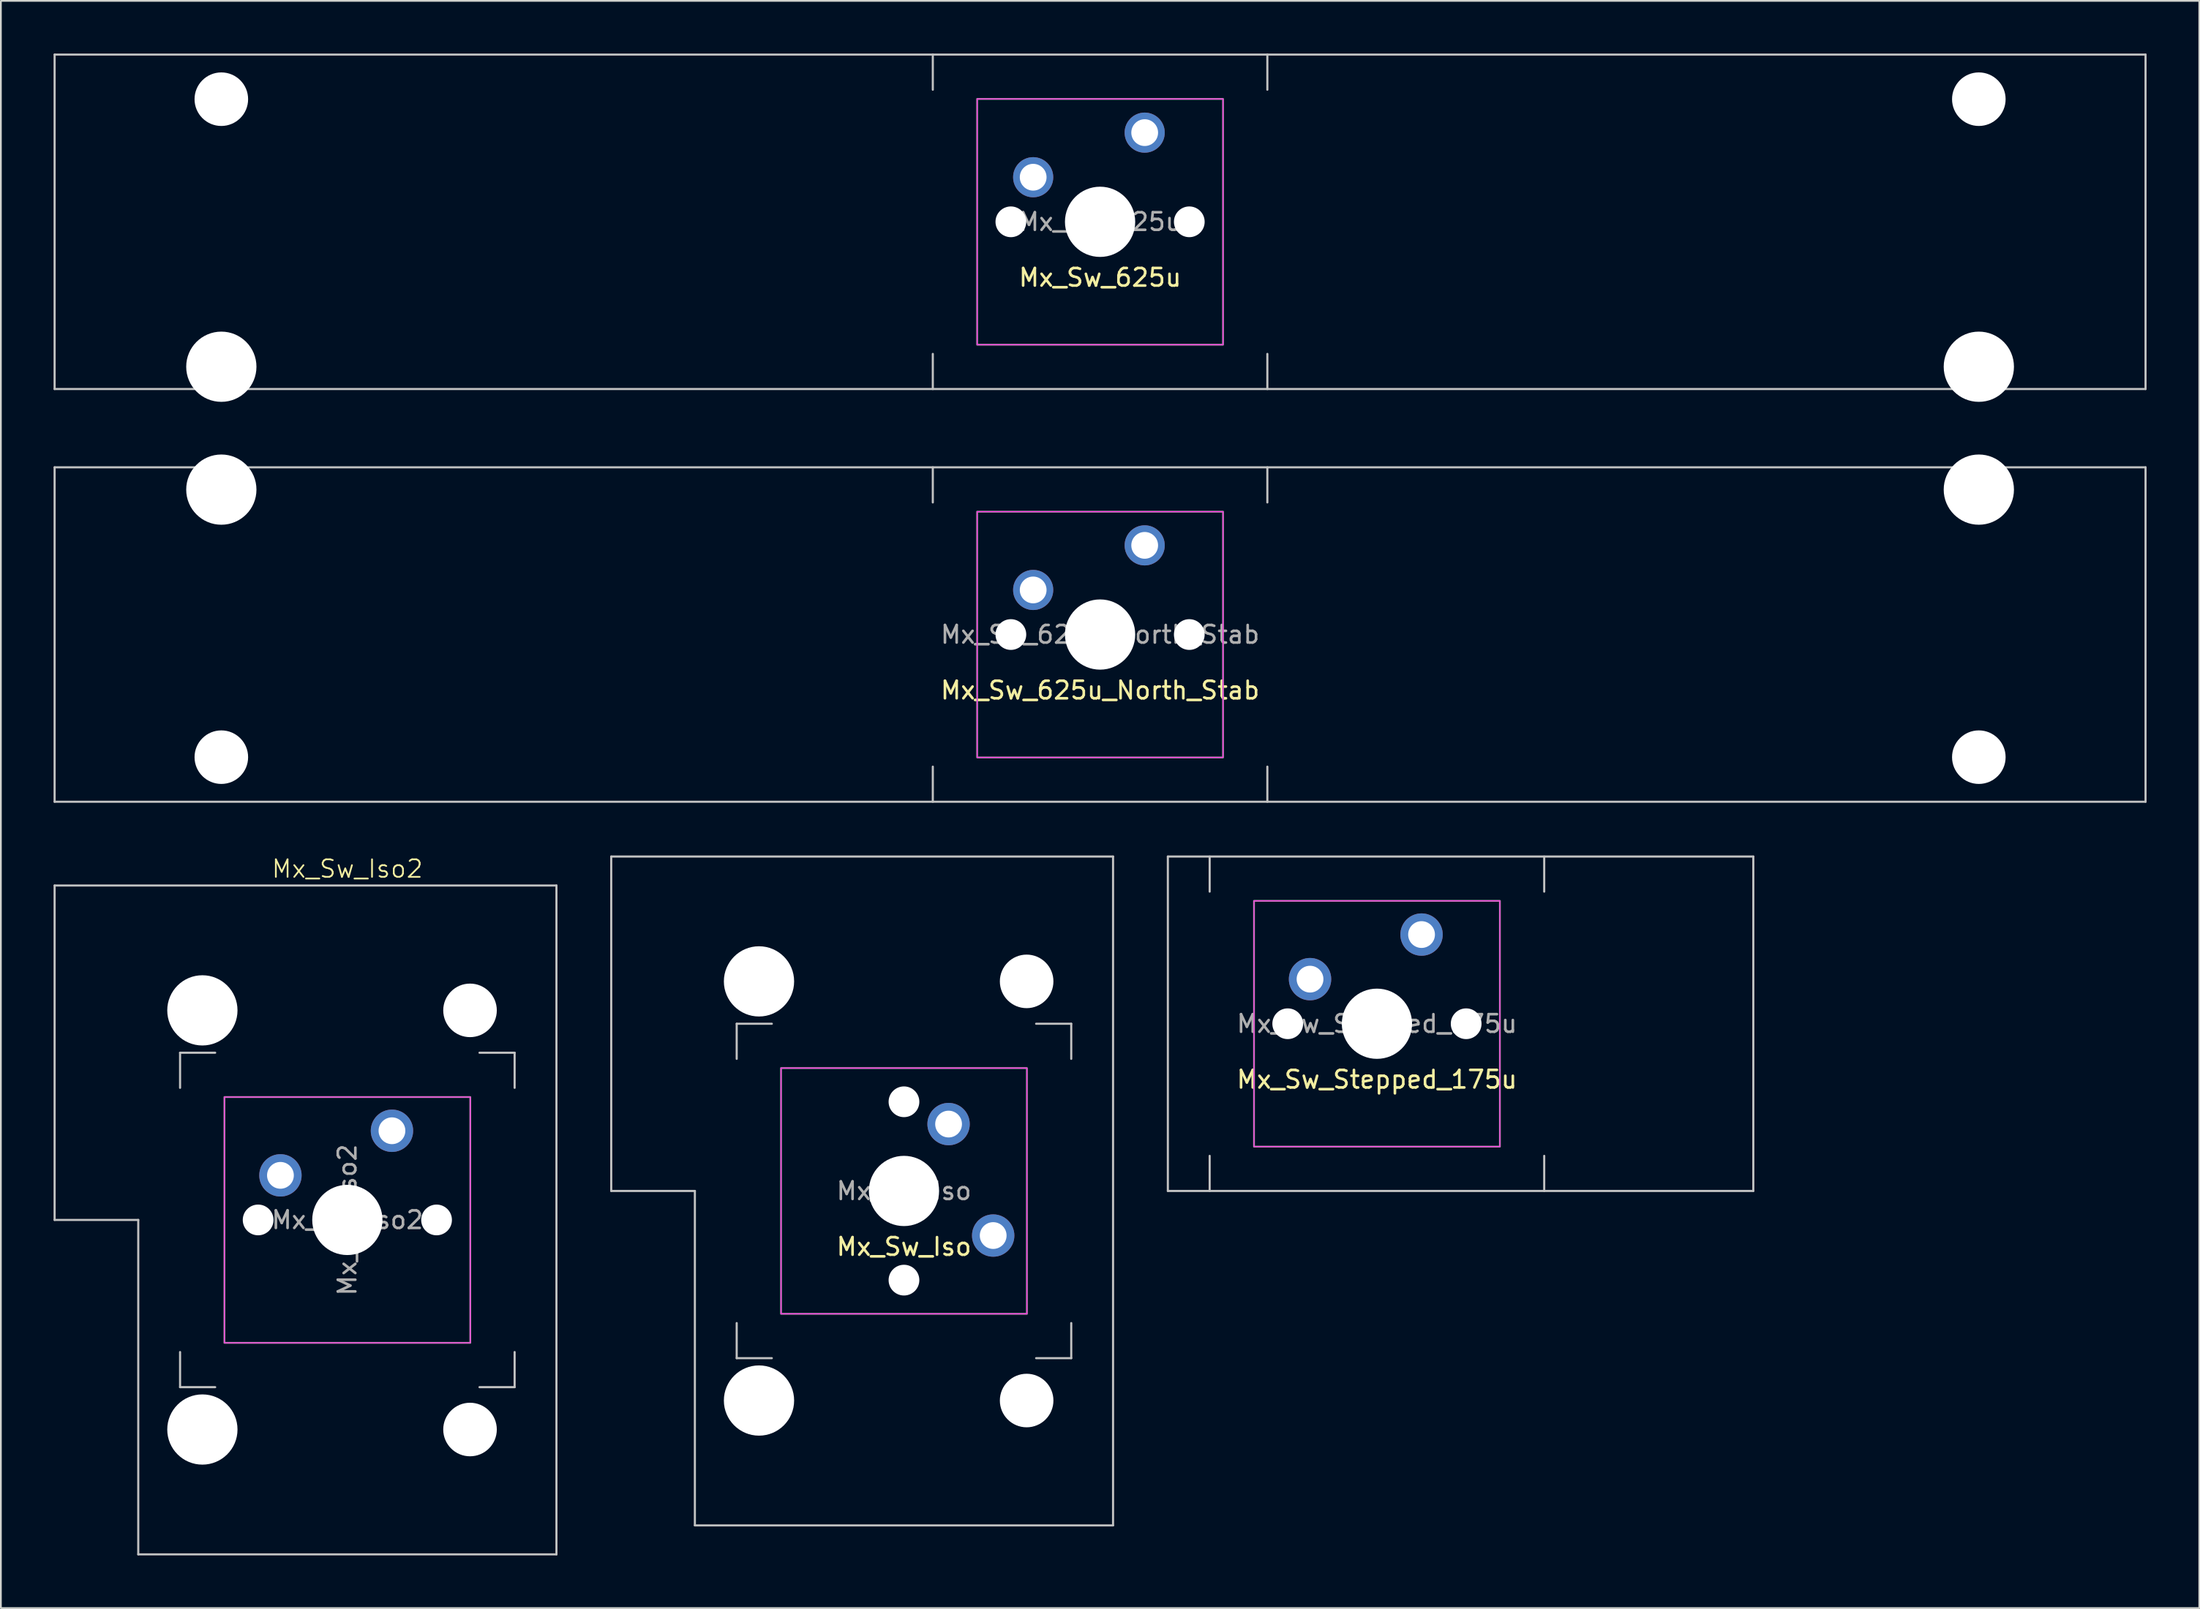
<source format=kicad_pcb>
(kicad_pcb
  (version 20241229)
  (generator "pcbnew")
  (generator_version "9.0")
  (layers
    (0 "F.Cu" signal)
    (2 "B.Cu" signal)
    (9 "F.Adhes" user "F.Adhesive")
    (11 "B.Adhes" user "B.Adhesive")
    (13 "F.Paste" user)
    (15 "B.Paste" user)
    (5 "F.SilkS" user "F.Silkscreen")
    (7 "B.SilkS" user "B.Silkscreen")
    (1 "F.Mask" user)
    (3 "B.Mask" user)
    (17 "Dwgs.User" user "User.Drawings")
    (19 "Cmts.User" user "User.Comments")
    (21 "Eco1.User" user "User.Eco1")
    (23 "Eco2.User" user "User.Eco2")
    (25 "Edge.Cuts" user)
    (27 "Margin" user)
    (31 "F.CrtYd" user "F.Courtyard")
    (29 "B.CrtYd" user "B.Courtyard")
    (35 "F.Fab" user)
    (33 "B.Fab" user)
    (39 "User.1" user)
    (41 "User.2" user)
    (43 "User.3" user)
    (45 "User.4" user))
  (footprint "Mx_Sw_625u_North_Stab"
    (layer "F.Cu")
    (at 59.591 33.095)
    (property "Reference" "Mx_Sw_625u_North_Stab" (at 0 3.175 0) (layer "F.SilkS") (effects (font (size 1 1) (thickness 0.15))))
    (attr through_hole)
    (fp_line (start -59.531 -9.525) (end -59.531 9.525) (stroke (width 0.12) (type solid)) (layer "Dwgs.User"))
    (fp_line (start -59.531 9.525) (end 59.531 9.525) (stroke (width 0.12) (type solid)) (layer "Dwgs.User"))
    (fp_line (start -9.525 -9.525) (end -9.525 -7.525) (stroke (width 0.12) (type solid)) (layer "Dwgs.User"))
    (fp_line (start -9.525 7.525) (end -9.525 9.525) (stroke (width 0.12) (type solid)) (layer "Dwgs.User"))
    (fp_line (start 9.525 -9.525) (end 9.525 -7.525) (stroke (width 0.12) (type solid)) (layer "Dwgs.User"))
    (fp_line (start 9.525 7.525) (end 9.525 9.525) (stroke (width 0.12) (type solid)) (layer "Dwgs.User"))
    (fp_line (start 59.531 -9.525) (end -59.531 -9.525) (stroke (width 0.12) (type solid)) (layer "Dwgs.User"))
    (fp_line (start 59.531 9.525) (end 59.531 -9.525) (stroke (width 0.12) (type solid)) (layer "Dwgs.User"))
    (fp_rect (start -7 -7) (end 7 7) (stroke (width 0.05) (type solid)) (fill no) (layer "F.CrtYd"))
    (fp_rect (start -7 -7) (end 7 7) (stroke (width 0.1) (type solid)) (fill no) (layer "F.Fab"))
    (fp_text user "${REFERENCE}" (at 0 0 0) (layer "F.Fab") (effects (font (size 1 1) (thickness 0.15))))
    (pad "" np_thru_hole circle (at -50.038 -8.255) (size 4 4) (drill 4) (layers "*.Cu" "*.Mask"))
    (pad "" np_thru_hole circle (at -50.038 6.985) (size 3.05 3.05) (drill 3.05) (layers "*.Cu" "*.Mask"))
    (pad "" np_thru_hole circle (at -5.08 0) (size 1.75 1.75) (drill 1.75) (layers "*.Cu" "*.Mask"))
    (pad "" np_thru_hole circle (at 0 0) (size 4 4) (drill 4) (layers "*.Cu" "*.Mask"))
    (pad "" np_thru_hole circle (at 5.08 0) (size 1.75 1.75) (drill 1.75) (layers "*.Cu" "*.Mask"))
    (pad "" np_thru_hole circle (at 50.038 -8.255) (size 4 4) (drill 4) (layers "*.Cu" "*.Mask"))
    (pad "" np_thru_hole circle (at 50.038 6.985) (size 3.05 3.05) (drill 3.05) (layers "*.Cu" "*.Mask"))
    (pad "1" thru_hole circle (at -3.81 -2.54) (size 2.286 2.286) (drill 1.524) (layers "*.Cu" "B.Mask"))
    (pad "2" thru_hole circle (at 2.54 -5.08) (size 2.286 2.286) (drill 1.524) (layers "*.Cu" "B.Mask")))
  (footprint "Mx_Sw_Stepped_175u"
    (layer "F.Cu")
    (at 75.356 55.265)
    (property "Reference" "Mx_Sw_Stepped_175u" (at 0 3.175 0) (layer "F.SilkS") (effects (font (size 1 1) (thickness 0.15))))
    (attr through_hole)
    (fp_line (start -11.906 -9.525) (end -11.906 9.525) (stroke (width 0.12) (type solid)) (layer "Dwgs.User"))
    (fp_line (start -11.906 9.525) (end 21.431 9.525) (stroke (width 0.12) (type solid)) (layer "Dwgs.User"))
    (fp_line (start -9.525 -9.525) (end -9.525 -7.525) (stroke (width 0.12) (type solid)) (layer "Dwgs.User"))
    (fp_line (start -9.525 7.525) (end -9.525 9.525) (stroke (width 0.12) (type solid)) (layer "Dwgs.User"))
    (fp_line (start 9.525 -9.525) (end 9.525 -7.525) (stroke (width 0.12) (type solid)) (layer "Dwgs.User"))
    (fp_line (start 9.525 7.525) (end 9.525 9.525) (stroke (width 0.12) (type solid)) (layer "Dwgs.User"))
    (fp_line (start 21.431 -9.525) (end -11.906 -9.525) (stroke (width 0.12) (type solid)) (layer "Dwgs.User"))
    (fp_line (start 21.431 9.525) (end 21.431 -9.525) (stroke (width 0.12) (type solid)) (layer "Dwgs.User"))
    (fp_rect (start -7 -7) (end 7 7) (stroke (width 0.05) (type solid)) (fill no) (layer "F.CrtYd"))
    (fp_rect (start -7 -7) (end 7 7) (stroke (width 0.1) (type solid)) (fill no) (layer "F.Fab"))
    (fp_text user "${REFERENCE}" (at 0 0 0) (layer "F.Fab") (effects (font (size 1 1) (thickness 0.15))))
    (pad "" np_thru_hole circle (at -5.08 0) (size 1.75 1.75) (drill 1.75) (layers "*.Cu" "*.Mask"))
    (pad "" np_thru_hole circle (at 0 0) (size 4 4) (drill 4) (layers "*.Cu" "*.Mask"))
    (pad "" np_thru_hole circle (at 5.08 0) (size 1.75 1.75) (drill 1.75) (layers "*.Cu" "*.Mask"))
    (pad "1" thru_hole circle (at -3.81 -2.54) (size 2.413 2.413) (drill 1.524) (layers "*.Cu" "B.Mask"))
    (pad "2" thru_hole circle (at 2.54 -5.08) (size 2.413 2.413) (drill 1.524) (layers "*.Cu" "B.Mask")))
  (footprint "Mx_Sw_Iso"
    (layer "F.Cu")
    (at 48.424 64.79)
    (property "Reference" "Mx_Sw_Iso" (at 0 3.175 0) (layer "F.SilkS") (effects (font (size 1 1) (thickness 0.15))))
    (attr through_hole)
    (fp_line (start -16.669 -19.05) (end -16.669 0) (stroke (width 0.12) (type solid)) (layer "Dwgs.User"))
    (fp_line (start -16.669 0) (end -11.906 0) (stroke (width 0.12) (type solid)) (layer "Dwgs.User"))
    (fp_line (start -11.906 19.05) (end -11.906 0) (stroke (width 0.12) (type solid)) (layer "Dwgs.User"))
    (fp_line (start -11.906 19.05) (end 11.906 19.05) (stroke (width 0.12) (type solid)) (layer "Dwgs.User"))
    (fp_line (start -9.525 -9.525) (end -9.525 -7.525) (stroke (width 0.12) (type solid)) (layer "Dwgs.User"))
    (fp_line (start -9.525 7.525) (end -9.525 9.525) (stroke (width 0.12) (type solid)) (layer "Dwgs.User"))
    (fp_line (start -7.525 -9.525) (end -9.525 -9.525) (stroke (width 0.12) (type solid)) (layer "Dwgs.User"))
    (fp_line (start -7.525 9.525) (end -9.525 9.525) (stroke (width 0.12) (type solid)) (layer "Dwgs.User"))
    (fp_line (start 9.525 -9.525) (end 7.525 -9.525) (stroke (width 0.12) (type solid)) (layer "Dwgs.User"))
    (fp_line (start 9.525 -9.525) (end 9.525 -7.525) (stroke (width 0.12) (type solid)) (layer "Dwgs.User"))
    (fp_line (start 9.525 7.525) (end 9.525 9.525) (stroke (width 0.12) (type solid)) (layer "Dwgs.User"))
    (fp_line (start 9.525 9.525) (end 7.525 9.525) (stroke (width 0.12) (type solid)) (layer "Dwgs.User"))
    (fp_line (start 11.906 -19.05) (end -16.669 -19.05) (stroke (width 0.12) (type solid)) (layer "Dwgs.User"))
    (fp_line (start 11.906 19.05) (end 11.906 -19.05) (stroke (width 0.12) (type solid)) (layer "Dwgs.User"))
    (fp_rect (start -7 -7) (end 7 7) (stroke (width 0.05) (type solid)) (fill no) (layer "F.CrtYd"))
    (fp_rect (start -7 -7) (end 7 7) (stroke (width 0.1) (type solid)) (fill no) (layer "F.Fab"))
    (fp_text user "${REFERENCE}" (at 0 0 0) (layer "F.Fab") (effects (font (size 1 1) (thickness 0.15))))
    (pad "" np_thru_hole circle (at -8.255 -11.938 270) (size 4 4) (drill 4) (layers "*.Cu" "*.Mask"))
    (pad "" np_thru_hole circle (at -8.255 11.938 270) (size 4 4) (drill 4) (layers "*.Cu" "*.Mask"))
    (pad "" np_thru_hole circle (at 0 -5.08 270) (size 1.75 1.75) (drill 1.75) (layers "*.Cu" "*.Mask"))
    (pad "" np_thru_hole circle (at 0 0 270) (size 4 4) (drill 4) (layers "*.Cu" "*.Mask"))
    (pad "" np_thru_hole circle (at 0 5.08 270) (size 1.75 1.75) (drill 1.75) (layers "*.Cu" "*.Mask"))
    (pad "" np_thru_hole circle (at 6.985 -11.938 270) (size 3.05 3.05) (drill 3.05) (layers "*.Cu" "*.Mask"))
    (pad "" np_thru_hole circle (at 6.985 11.938 270) (size 3.05 3.05) (drill 3.05) (layers "*.Cu" "*.Mask"))
    (pad "1" thru_hole circle (at 2.54 -3.81 270) (size 2.413 2.413) (drill 1.524) (layers "*.Cu" "B.Mask"))
    (pad "2" thru_hole circle (at 5.08 2.54 270) (size 2.413 2.413) (drill 1.524) (layers "*.Cu" "B.Mask")))
  (footprint "Mx_Sw_Iso2"
    (layer "F.Cu")
    (at 16.729 66.441)
    (property "Reference" "Mx_Sw_Iso2" (at 0 -20 0) (unlocked yes) (layer "F.SilkS") (effects (font (size 1 1) (thickness 0.1))))
    (attr smd)
    (fp_line (start -16.669 -19.05) (end -16.669 0) (stroke (width 0.12) (type solid)) (layer "Dwgs.User"))
    (fp_line (start -16.669 0) (end -11.906 0) (stroke (width 0.12) (type solid)) (layer "Dwgs.User"))
    (fp_line (start -11.906 19.05) (end -11.906 0) (stroke (width 0.12) (type solid)) (layer "Dwgs.User"))
    (fp_line (start -11.906 19.05) (end 11.906 19.05) (stroke (width 0.12) (type solid)) (layer "Dwgs.User"))
    (fp_line (start -9.525 -9.525) (end -9.525 -7.525) (stroke (width 0.12) (type solid)) (layer "Dwgs.User"))
    (fp_line (start -9.525 7.525) (end -9.525 9.525) (stroke (width 0.12) (type solid)) (layer "Dwgs.User"))
    (fp_line (start -7.525 -9.525) (end -9.525 -9.525) (stroke (width 0.12) (type solid)) (layer "Dwgs.User"))
    (fp_line (start -7.525 9.525) (end -9.525 9.525) (stroke (width 0.12) (type solid)) (layer "Dwgs.User"))
    (fp_line (start 9.525 -9.525) (end 7.525 -9.525) (stroke (width 0.12) (type solid)) (layer "Dwgs.User"))
    (fp_line (start 9.525 -9.525) (end 9.525 -7.525) (stroke (width 0.12) (type solid)) (layer "Dwgs.User"))
    (fp_line (start 9.525 7.525) (end 9.525 9.525) (stroke (width 0.12) (type solid)) (layer "Dwgs.User"))
    (fp_line (start 9.525 9.525) (end 7.525 9.525) (stroke (width 0.12) (type solid)) (layer "Dwgs.User"))
    (fp_line (start 11.906 -19.05) (end -16.669 -19.05) (stroke (width 0.12) (type solid)) (layer "Dwgs.User"))
    (fp_line (start 11.906 19.05) (end 11.906 -19.05) (stroke (width 0.12) (type solid)) (layer "Dwgs.User"))
    (fp_rect (start -7 -7) (end 7 7) (stroke (width 0.05) (type solid)) (fill no) (layer "F.CrtYd"))
    (fp_rect (start -7 -7) (end 7 7) (stroke (width 0.1) (type solid)) (fill no) (layer "F.Fab"))
    (fp_text user "${REFERENCE}" (at 0 0 90) (layer "F.Fab") (effects (font (size 1 1) (thickness 0.15))))
    (fp_text user "${REFERENCE}" (at 0 0 0) (unlocked yes) (layer "F.Fab") (effects (font (size 1 1) (thickness 0.15))))
    (pad "" np_thru_hole circle (at -8.255 -11.938 270) (size 4 4) (drill 4) (layers "*.Cu" "*.Mask"))
    (pad "" np_thru_hole circle (at -8.255 11.938 270) (size 4 4) (drill 4) (layers "*.Cu" "*.Mask"))
    (pad "" np_thru_hole circle (at -5.08 0) (size 1.75 1.75) (drill 1.75) (layers "*.Cu" "*.Mask"))
    (pad "" np_thru_hole circle (at 0 0) (size 4 4) (drill 4) (layers "*.Cu" "*.Mask"))
    (pad "" np_thru_hole circle (at 5.08 0) (size 1.75 1.75) (drill 1.75) (layers "*.Cu" "*.Mask"))
    (pad "" np_thru_hole circle (at 6.985 -11.938 270) (size 3.05 3.05) (drill 3.05) (layers "*.Cu" "*.Mask"))
    (pad "" np_thru_hole circle (at 6.985 11.938 270) (size 3.05 3.05) (drill 3.05) (layers "*.Cu" "*.Mask"))
    (pad "1" thru_hole circle (at -3.81 -2.54) (size 2.413 2.413) (drill 1.524) (layers "*.Cu" "B.Mask"))
    (pad "2" thru_hole circle (at 2.54 -5.08) (size 2.413 2.413) (drill 1.524) (layers "*.Cu" "B.Mask")))
  (footprint "Mx_Sw_625u"
    (layer "F.Cu")
    (at 59.591 9.585)
    (property "Reference" "Mx_Sw_625u" (at 0 3.175 0) (layer "F.SilkS") (effects (font (size 1 1) (thickness 0.15))))
    (attr through_hole)
    (fp_line (start -59.531 -9.525) (end -59.531 9.525) (stroke (width 0.12) (type solid)) (layer "Dwgs.User"))
    (fp_line (start -59.531 9.525) (end 59.531 9.525) (stroke (width 0.12) (type solid)) (layer "Dwgs.User"))
    (fp_line (start -9.525 -9.525) (end -9.525 -7.525) (stroke (width 0.12) (type solid)) (layer "Dwgs.User"))
    (fp_line (start -9.525 7.525) (end -9.525 9.525) (stroke (width 0.12) (type solid)) (layer "Dwgs.User"))
    (fp_line (start 9.525 -9.525) (end 9.525 -7.525) (stroke (width 0.12) (type solid)) (layer "Dwgs.User"))
    (fp_line (start 9.525 7.525) (end 9.525 9.525) (stroke (width 0.12) (type solid)) (layer "Dwgs.User"))
    (fp_line (start 59.531 -9.525) (end -59.531 -9.525) (stroke (width 0.12) (type solid)) (layer "Dwgs.User"))
    (fp_line (start 59.531 9.525) (end 59.531 -9.525) (stroke (width 0.12) (type solid)) (layer "Dwgs.User"))
    (fp_rect (start -7 -7) (end 7 7) (stroke (width 0.05) (type solid)) (fill no) (layer "F.CrtYd"))
    (fp_rect (start -7 -7) (end 7 7) (stroke (width 0.1) (type solid)) (fill no) (layer "F.Fab"))
    (fp_text user "${REFERENCE}" (at 0 0 0) (layer "F.Fab") (effects (font (size 1 1) (thickness 0.15))))
    (pad "" np_thru_hole circle (at -50.038 -6.985) (size 3.05 3.05) (drill 3.05) (layers "*.Cu" "*.Mask"))
    (pad "" np_thru_hole circle (at -50.038 8.255) (size 4 4) (drill 4) (layers "*.Cu" "*.Mask"))
    (pad "" np_thru_hole circle (at -5.08 0) (size 1.75 1.75) (drill 1.75) (layers "*.Cu" "*.Mask"))
    (pad "" np_thru_hole circle (at 0 0) (size 4 4) (drill 4) (layers "*.Cu" "*.Mask"))
    (pad "" np_thru_hole circle (at 5.08 0) (size 1.75 1.75) (drill 1.75) (layers "*.Cu" "*.Mask"))
    (pad "" np_thru_hole circle (at 50.038 -6.985) (size 3.05 3.05) (drill 3.05) (layers "*.Cu" "*.Mask"))
    (pad "" np_thru_hole circle (at 50.038 8.255) (size 4 4) (drill 4) (layers "*.Cu" "*.Mask"))
    (pad "1" thru_hole circle (at -3.81 -2.54) (size 2.286 2.286) (drill 1.524) (layers "*.Cu" "B.Mask"))
    (pad "2" thru_hole circle (at 2.54 -5.08) (size 2.286 2.286) (drill 1.524) (layers "*.Cu" "B.Mask")))
  (gr_rect
    (start -3 -3)
    (end 122.183 88.55)
    (stroke (width 0.1) (type default))
    (fill no)
    (layer "Edge.Cuts")))
</source>
